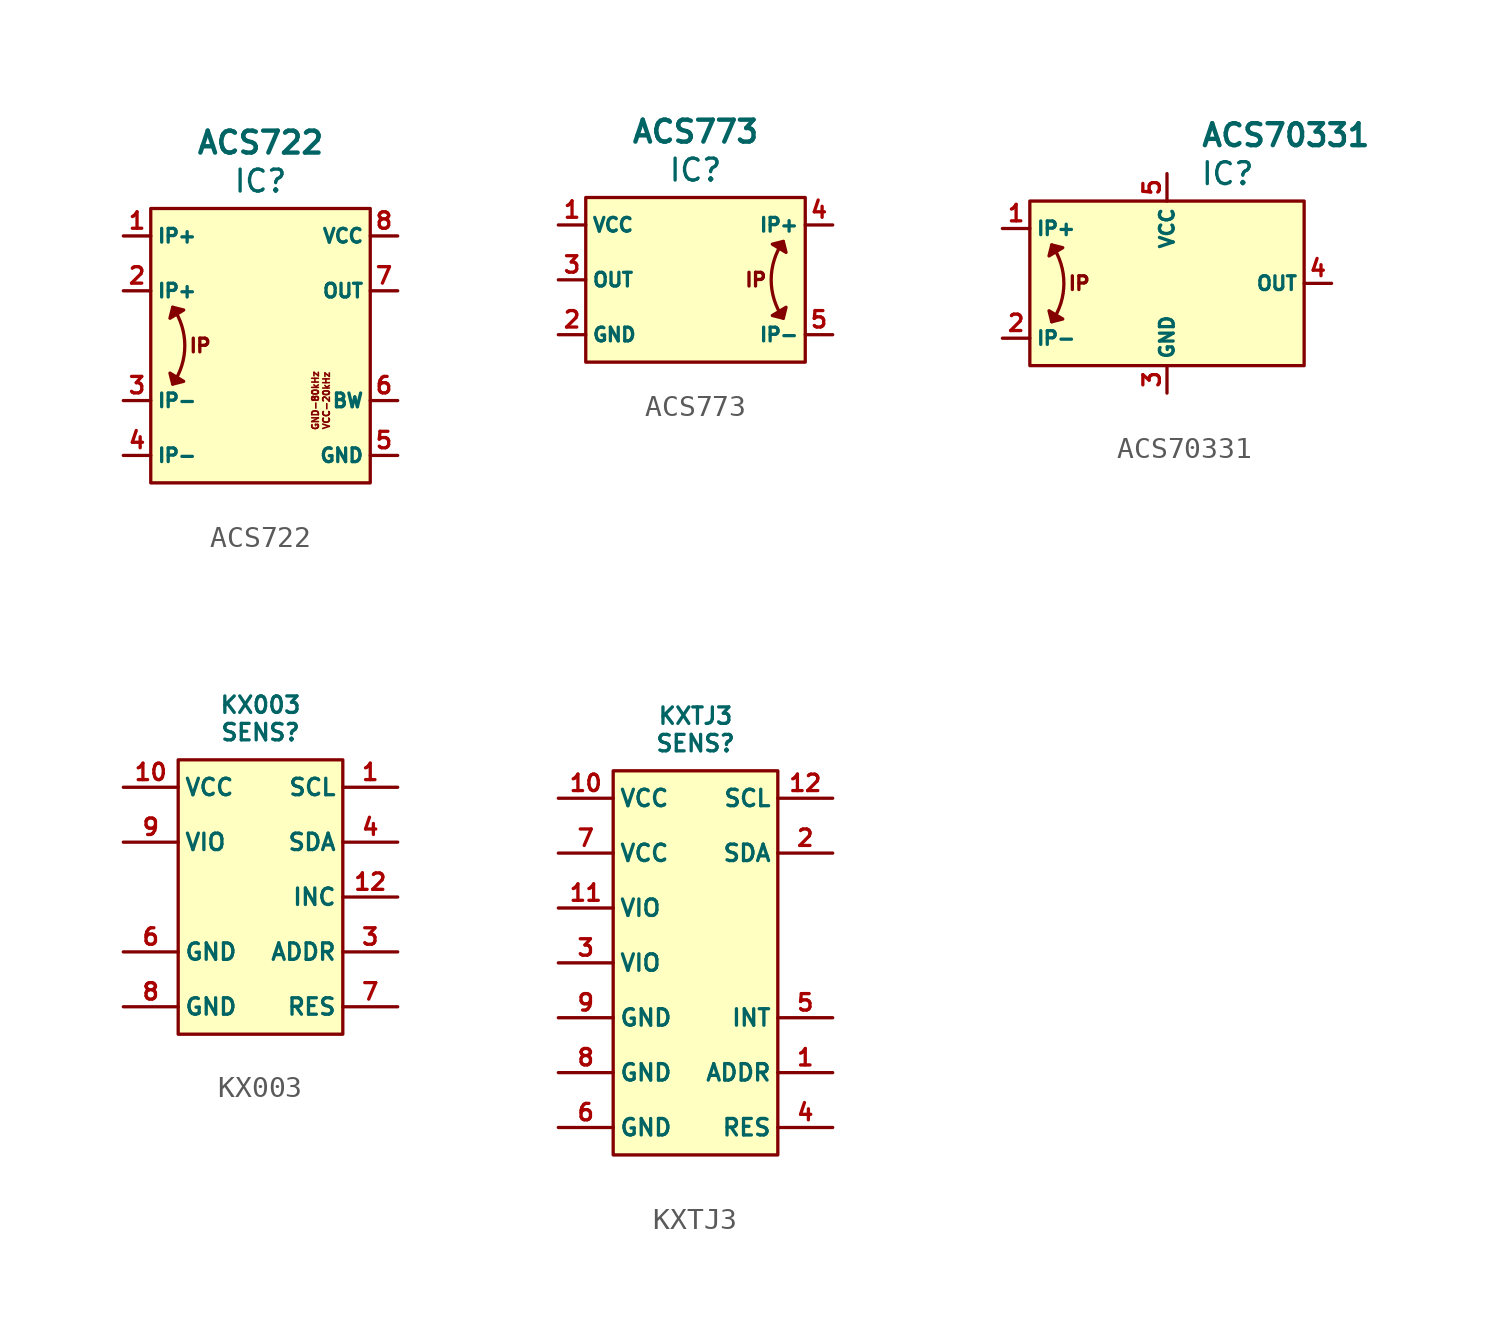
<source format=kicad_sym>
(kicad_symbol_lib
  (version 20231120)
  (generator "kicad_symbol_editor")
  (generator_version "8.0")
  (symbol "ACS722"
    (pin_names
      (offset 0.254))
    (property "Reference" "IC"
      (at 0 7.62 0)
      (effects (font (size 1.016 1.016))))
    (property "Value" "ACS722"
      (at 0 9.398 0)
      (effects (font (size 1.016 1.016) (bold yes))))
    (symbol "ACS722_0_0"
      (text "GND-80kHz" (at 2.54 -2.54 900) (effects (font (size 0.305 0.305))))
      (text "IP" (at -2.794 0 0) (effects (font (size 0.635 0.635))))
      (text "VCC-20kHz" (at 3.048 -2.54 900) (effects (font (size 0.305 0.305)))))
    (symbol "ACS722_0_1"
      (rectangle (start -5.08 6.35) (end 5.08 -6.35) (stroke (width 0) (type solid)) (fill (type background)))
      (arc (start -4.064 -1.778) (mid -3.5035 0) (end -4.064 1.778) (stroke (width 0) (type solid)) (fill (type none)))
      (polyline (pts (xy -4.191 1.27) (xy -4.064 1.778) (xy -3.556 1.651) (xy -4.191 1.27)) (stroke (width 0) (type solid)) (fill (type outline)))
      (polyline (pts (xy -4.064 -1.778) (xy -4.191 -1.27) (xy -3.556 -1.651) (xy -4.064 -1.778)) (stroke (width 0) (type solid)) (fill (type outline))))
    (symbol "ACS722_1_1"
      (pin bidirectional line (at -6.35 5.08 0) (length 1.27) (name "IP+" (effects (font (size 0.635 0.635)))) (number "1" (effects (font (size 0.762 0.762)))))
      (pin bidirectional line (at -6.35 2.54 0) (length 1.27) (name "IP+" (effects (font (size 0.635 0.635)))) (number "2" (effects (font (size 0.762 0.762)))))
      (pin bidirectional line (at -6.35 -2.54 0) (length 1.27) (name "IP-" (effects (font (size 0.635 0.635)))) (number "3" (effects (font (size 0.762 0.762)))))
      (pin bidirectional line (at -6.35 -5.08 0) (length 1.27) (name "IP-" (effects (font (size 0.635 0.635)))) (number "4" (effects (font (size 0.762 0.762)))))
      (pin power_in line (at 6.35 -5.08 180) (length 1.27) (name "GND" (effects (font (size 0.635 0.635)))) (number "5" (effects (font (size 0.762 0.762)))))
      (pin input line (at 6.35 -2.54 180) (length 1.27) (name "BW" (effects (font (size 0.635 0.635)))) (number "6" (effects (font (size 0.762 0.762)))))
      (pin bidirectional line (at 6.35 2.54 180) (length 1.27) (name "OUT" (effects (font (size 0.635 0.635)))) (number "7" (effects (font (size 0.762 0.762)))))
      (pin power_in line (at 6.35 5.08 180) (length 1.27) (name "VCC" (effects (font (size 0.635 0.635)))) (number "8" (effects (font (size 0.762 0.762)))))))
  (symbol "ACS773"
    (pin_names
      (offset 0.254))
    (property "Reference" "IC"
      (at 0 5.08 0)
      (effects (font (size 1.016 1.016))))
    (property "Value" "ACS773"
      (at 0 6.858 0)
      (effects (font (size 1.016 1.016) (bold yes))))
    (symbol "ACS773_0_0"
      (text "IP" (at 2.794 0 0) (effects (font (size 0.635 0.635)))))
    (symbol "ACS773_0_1"
      (polyline (pts (xy 4.064 1.778) (xy 4.191 1.27) (xy 3.556 1.651) (xy 4.064 1.778)) (stroke (width 0) (type solid)) (fill (type outline)))
      (polyline (pts (xy 4.191 -1.27) (xy 4.064 -1.778) (xy 3.556 -1.651) (xy 4.191 -1.27)) (stroke (width 0) (type solid)) (fill (type outline)))
      (arc (start 4.064 1.778) (mid 3.5035 0) (end 4.064 -1.778) (stroke (width 0) (type solid)) (fill (type none)))
      (rectangle (start 5.08 -3.81) (end -5.08 3.81) (stroke (width 0) (type solid)) (fill (type background))))
    (symbol "ACS773_1_1"
      (pin power_in line (at -6.35 2.54 0) (length 1.27) (name "VCC" (effects (font (size 0.635 0.635)))) (number "1" (effects (font (size 0.762 0.762)))))
      (pin power_in line (at -6.35 -2.54 0) (length 1.27) (name "GND" (effects (font (size 0.635 0.635)))) (number "2" (effects (font (size 0.762 0.762)))))
      (pin bidirectional line (at -6.35 0 0) (length 1.27) (name "OUT" (effects (font (size 0.635 0.635)))) (number "3" (effects (font (size 0.762 0.762)))))
      (pin bidirectional line (at 6.35 2.54 180) (length 1.27) (name "IP+" (effects (font (size 0.635 0.635)))) (number "4" (effects (font (size 0.762 0.762)))))
      (pin bidirectional line (at 6.35 -2.54 180) (length 1.27) (name "IP-" (effects (font (size 0.635 0.635)))) (number "5" (effects (font (size 0.762 0.762)))))))
  (symbol "ACS70331"
    (pin_names
      (offset 0.254))
    (property "Reference" "IC"
      (at 1.524 5.08 0)
      (effects (font (size 1.016 1.016)) (justify left)))
    (property "Value" "ACS70331"
      (at 1.524 6.858 0)
      (effects (font (size 1.016 1.016) (bold yes)) (justify left)))
    (symbol "ACS70331_0_0"
      (text "IP" (at -4.064 0 0) (effects (font (size 0.635 0.635)))))
    (symbol "ACS70331_0_1"
      (rectangle (start -6.35 3.81) (end 6.35 -3.81) (stroke (width 0) (type solid)) (fill (type background)))
      (arc (start -5.334 -1.778) (mid -4.7735 0) (end -5.334 1.778) (stroke (width 0) (type solid)) (fill (type none)))
      (polyline (pts (xy -5.461 1.27) (xy -5.334 1.778) (xy -4.826 1.651) (xy -5.461 1.27)) (stroke (width 0) (type solid)) (fill (type outline)))
      (polyline (pts (xy -5.334 -1.778) (xy -5.461 -1.27) (xy -4.826 -1.651) (xy -5.334 -1.778)) (stroke (width 0) (type solid)) (fill (type outline))))
    (symbol "ACS70331_1_1"
      (pin bidirectional line (at -7.62 2.54 0) (length 1.27) (name "IP+" (effects (font (size 0.635 0.635)))) (number "1" (effects (font (size 0.762 0.762)))))
      (pin bidirectional line (at -7.62 -2.54 0) (length 1.27) (name "IP-" (effects (font (size 0.635 0.635)))) (number "2" (effects (font (size 0.762 0.762)))))
      (pin power_in line (at 0 -5.08 90) (length 1.27) (name "GND" (effects (font (size 0.635 0.635)))) (number "3" (effects (font (size 0.762 0.762)))))
      (pin bidirectional line (at 7.62 0 180) (length 1.27) (name "OUT" (effects (font (size 0.635 0.635)))) (number "4" (effects (font (size 0.762 0.762)))))
      (pin power_in line (at 0 5.08 270) (length 1.27) (name "VCC" (effects (font (size 0.635 0.635)))) (number "5" (effects (font (size 0.762 0.762)))))))
  (symbol "KX003"
    (pin_names
      (offset 0.254))
    (property "Reference" "SENS"
      (at 0 7.62 0)
      (effects (font (size 0.762 0.762))))
    (property "Value" "KX003"
      (at 0 8.89 0)
      (effects (font (size 0.762 0.762) (bold yes))))
    (symbol "KX003_0_1"
      (rectangle (start -3.81 6.35) (end 3.81 -6.35) (stroke (width 0) (type solid)) (fill (type background))))
    (symbol "KX003_1_1"
      (pin input line (at 6.35 5.08 180) (length 2.54) (name "SCL" (effects (font (size 0.762 0.762)))) (number "1" (effects (font (size 0.762 0.762)))))
      (pin power_in line (at -6.35 5.08 0) (length 2.54) (name "VCC" (effects (font (size 0.762 0.762)))) (number "10" (effects (font (size 0.762 0.762)))))
      (pin output line (at 6.35 0 180) (length 2.54) (name "INC" (effects (font (size 0.762 0.762)))) (number "12" (effects (font (size 0.762 0.762)))))
      (pin input line (at 6.35 -2.54 180) (length 2.54) (name "ADDR" (effects (font (size 0.762 0.762)))) (number "3" (effects (font (size 0.762 0.762)))))
      (pin bidirectional line (at 6.35 2.54 180) (length 2.54) (name "SDA" (effects (font (size 0.762 0.762)))) (number "4" (effects (font (size 0.762 0.762)))))
      (pin power_in line (at -6.35 -2.54 0) (length 2.54) (name "GND" (effects (font (size 0.762 0.762)))) (number "6" (effects (font (size 0.762 0.762)))))
      (pin passive line (at 6.35 -5.08 180) (length 2.54) (name "RES" (effects (font (size 0.762 0.762)))) (number "7" (effects (font (size 0.762 0.762)))))
      (pin power_in line (at -6.35 -5.08 0) (length 2.54) (name "GND" (effects (font (size 0.762 0.762)))) (number "8" (effects (font (size 0.762 0.762)))))
      (pin power_in line (at -6.35 2.54 0) (length 2.54) (name "VIO" (effects (font (size 0.762 0.762)))) (number "9" (effects (font (size 0.762 0.762)))))))
  (symbol "KXTJ3"
    (pin_names
      (offset 0.254))
    (property "Reference" "SENS"
      (at 0 10.16 0)
      (effects (font (size 0.762 0.762))))
    (property "Value" "KXTJ3"
      (at 0 11.43 0)
      (effects (font (size 0.762 0.762) (bold yes))))
    (symbol "KXTJ3_0_1"
      (rectangle (start -3.81 8.89) (end 3.81 -8.89) (stroke (width 0) (type solid)) (fill (type background))))
    (symbol "KXTJ3_1_1"
      (pin input line (at 6.35 -5.08 180) (length 2.54) (name "ADDR" (effects (font (size 0.762 0.762)))) (number "1" (effects (font (size 0.762 0.762)))))
      (pin power_in line (at -6.35 7.62 0) (length 2.54) (name "VCC" (effects (font (size 0.762 0.762)))) (number "10" (effects (font (size 0.762 0.762)))))
      (pin power_in line (at -6.35 2.54 0) (length 2.54) (name "VIO" (effects (font (size 0.762 0.762)))) (number "11" (effects (font (size 0.762 0.762)))))
      (pin input line (at 6.35 7.62 180) (length 2.54) (name "SCL" (effects (font (size 0.762 0.762)))) (number "12" (effects (font (size 0.762 0.762)))))
      (pin bidirectional line (at 6.35 5.08 180) (length 2.54) (name "SDA" (effects (font (size 0.762 0.762)))) (number "2" (effects (font (size 0.762 0.762)))))
      (pin power_in line (at -6.35 0 0) (length 2.54) (name "VIO" (effects (font (size 0.762 0.762)))) (number "3" (effects (font (size 0.762 0.762)))))
      (pin passive line (at 6.35 -7.62 180) (length 2.54) (name "RES" (effects (font (size 0.762 0.762)))) (number "4" (effects (font (size 0.762 0.762)))))
      (pin output line (at 6.35 -2.54 180) (length 2.54) (name "INT" (effects (font (size 0.762 0.762)))) (number "5" (effects (font (size 0.762 0.762)))))
      (pin power_in line (at -6.35 -7.62 0) (length 2.54) (name "GND" (effects (font (size 0.762 0.762)))) (number "6" (effects (font (size 0.762 0.762)))))
      (pin power_in line (at -6.35 5.08 0) (length 2.54) (name "VCC" (effects (font (size 0.762 0.762)))) (number "7" (effects (font (size 0.762 0.762)))))
      (pin power_in line (at -6.35 -5.08 0) (length 2.54) (name "GND" (effects (font (size 0.762 0.762)))) (number "8" (effects (font (size 0.762 0.762)))))
      (pin power_in line (at -6.35 -2.54 0) (length 2.54) (name "GND" (effects (font (size 0.762 0.762)))) (number "9" (effects (font (size 0.762 0.762))))))))
</source>
